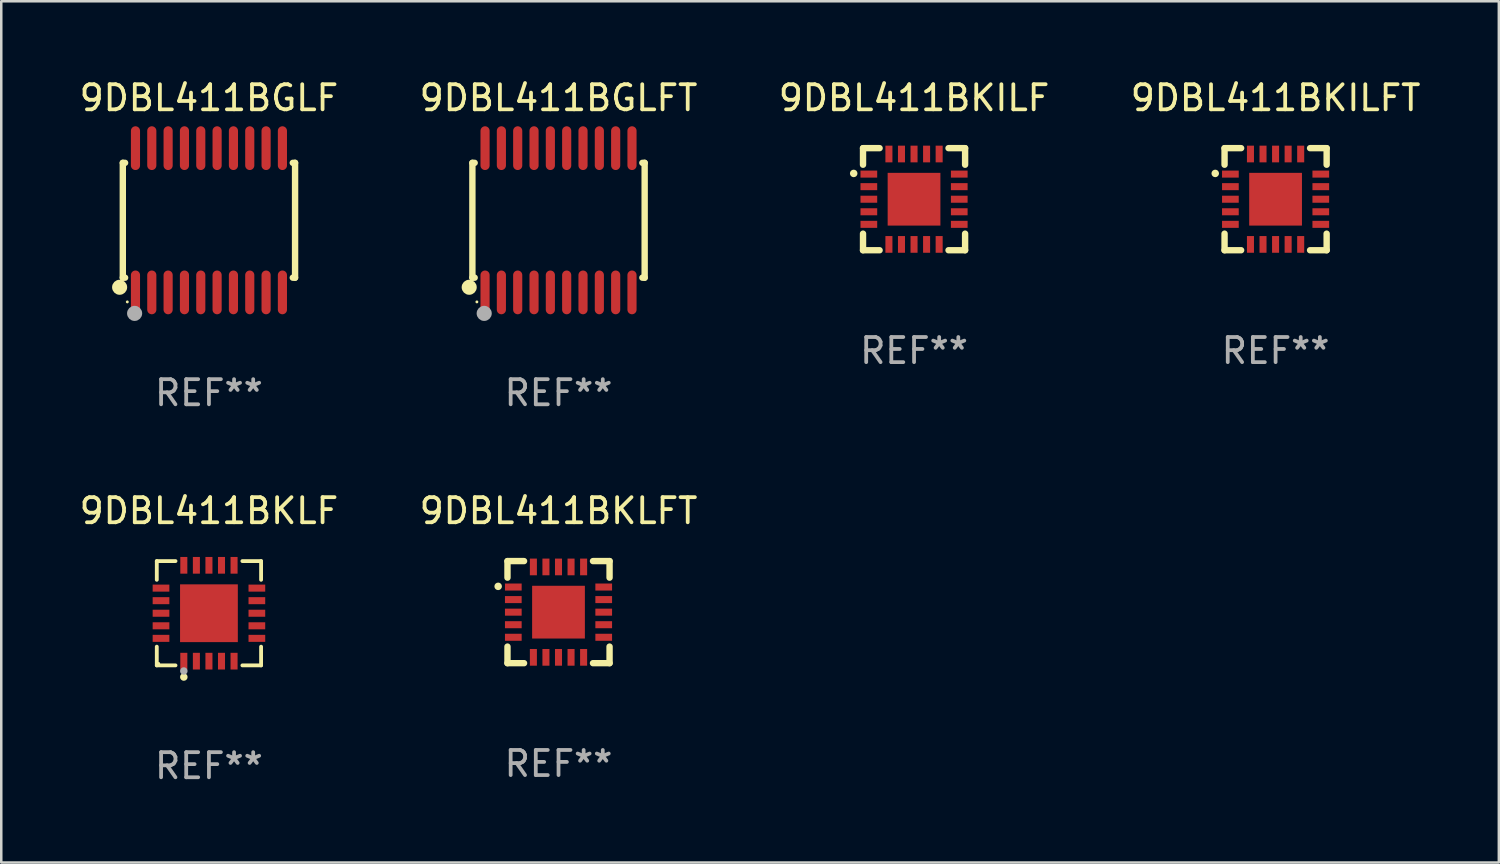
<source format=kicad_pcb>
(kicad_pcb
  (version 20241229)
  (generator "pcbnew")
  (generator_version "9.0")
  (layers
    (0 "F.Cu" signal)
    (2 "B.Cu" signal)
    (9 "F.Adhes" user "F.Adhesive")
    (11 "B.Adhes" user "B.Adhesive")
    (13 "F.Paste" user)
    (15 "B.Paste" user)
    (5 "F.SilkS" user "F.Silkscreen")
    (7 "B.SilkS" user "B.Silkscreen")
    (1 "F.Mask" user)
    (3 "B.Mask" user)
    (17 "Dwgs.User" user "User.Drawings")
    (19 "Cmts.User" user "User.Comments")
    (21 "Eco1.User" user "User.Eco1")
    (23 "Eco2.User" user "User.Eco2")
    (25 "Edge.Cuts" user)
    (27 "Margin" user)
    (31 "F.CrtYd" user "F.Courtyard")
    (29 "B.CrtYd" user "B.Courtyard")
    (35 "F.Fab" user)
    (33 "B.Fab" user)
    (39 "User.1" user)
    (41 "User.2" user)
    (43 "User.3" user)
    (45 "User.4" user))
  (footprint "9DBL411BKLFT"
    (layer "F.Cu")
    (at 19.185 21.319)
    (property "Reference" "9DBL411BKLFT" (at 0 -4.032 0) (layer "F.SilkS") (effects (font (size 1 1) (thickness 0.15))))
    (attr through_hole)
    (fp_line (start -2.032 -2.032) (end -1.372 -2.032) (stroke (width 0.254) (type solid)) (layer "F.SilkS"))
    (fp_line (start -2.032 -1.372) (end -2.032 -2.032) (stroke (width 0.254) (type solid)) (layer "F.SilkS"))
    (fp_line (start -2.032 2.032) (end -2.032 1.372) (stroke (width 0.254) (type solid)) (layer "F.SilkS"))
    (fp_line (start -1.372 2.032) (end -2.032 2.032) (stroke (width 0.254) (type solid)) (layer "F.SilkS"))
    (fp_line (start 1.372 -2.032) (end 2.032 -2.032) (stroke (width 0.254) (type solid)) (layer "F.SilkS"))
    (fp_line (start 2.032 -2.032) (end 2.032 -1.372) (stroke (width 0.254) (type solid)) (layer "F.SilkS"))
    (fp_line (start 2.032 1.372) (end 2.032 2.032) (stroke (width 0.254) (type solid)) (layer "F.SilkS"))
    (fp_line (start 2.032 2.032) (end 1.372 2.032) (stroke (width 0.254) (type solid)) (layer "F.SilkS"))
    (fp_circle (center -2.403 -1.026) (end -2.328 -1.026) (stroke (width 0.15) (type solid)) (fill no) (layer "F.SilkS"))
    (fp_text user "REF**" (at 0 6.032 0) (layer "F.Fab") (effects (font (size 1 1) (thickness 0.15))))
    (pad "1" smd rect (at -1.8 -0.999) (size 0.665 0.28) (layers "F.Cu" "F.Mask" "F.Paste"))
    (pad "2" smd rect (at -1.8 -0.499) (size 0.665 0.28) (layers "F.Cu" "F.Mask" "F.Paste"))
    (pad "3" smd rect (at -1.8 0.001) (size 0.665 0.28) (layers "F.Cu" "F.Mask" "F.Paste"))
    (pad "4" smd rect (at -1.8 0.501) (size 0.665 0.28) (layers "F.Cu" "F.Mask" "F.Paste"))
    (pad "5" smd rect (at -1.8 1.001) (size 0.665 0.28) (layers "F.Cu" "F.Mask" "F.Paste"))
    (pad "6" smd rect (at -1.001 1.8) (size 0.28 0.665) (layers "F.Cu" "F.Mask" "F.Paste"))
    (pad "7" smd rect (at -0.501 1.8) (size 0.28 0.665) (layers "F.Cu" "F.Mask" "F.Paste"))
    (pad "8" smd rect (at -0.001 1.8) (size 0.28 0.665) (layers "F.Cu" "F.Mask" "F.Paste"))
    (pad "9" smd rect (at 0.499 1.8) (size 0.28 0.665) (layers "F.Cu" "F.Mask" "F.Paste"))
    (pad "10" smd rect (at 0.999 1.8) (size 0.28 0.665) (layers "F.Cu" "F.Mask" "F.Paste"))
    (pad "11" smd rect (at 1.799 1.001) (size 0.665 0.28) (layers "F.Cu" "F.Mask" "F.Paste"))
    (pad "12" smd rect (at 1.799 0.501) (size 0.665 0.28) (layers "F.Cu" "F.Mask" "F.Paste"))
    (pad "13" smd rect (at 1.799 0.001) (size 0.665 0.28) (layers "F.Cu" "F.Mask" "F.Paste"))
    (pad "14" smd rect (at 1.799 -0.499) (size 0.665 0.28) (layers "F.Cu" "F.Mask" "F.Paste"))
    (pad "15" smd rect (at 1.799 -0.999) (size 0.665 0.28) (layers "F.Cu" "F.Mask" "F.Paste"))
    (pad "16" smd rect (at 0.999 -1.799) (size 0.28 0.665) (layers "F.Cu" "F.Mask" "F.Paste"))
    (pad "17" smd rect (at 0.499 -1.799) (size 0.28 0.665) (layers "F.Cu" "F.Mask" "F.Paste"))
    (pad "18" smd rect (at -0.001 -1.799) (size 0.28 0.665) (layers "F.Cu" "F.Mask" "F.Paste"))
    (pad "19" smd rect (at -0.501 -1.799) (size 0.28 0.665) (layers "F.Cu" "F.Mask" "F.Paste"))
    (pad "20" smd rect (at -1.001 -1.799) (size 0.28 0.665) (layers "F.Cu" "F.Mask" "F.Paste"))
    (pad "21" smd rect (at -0.001 0.001) (size 2.1 2.1) (layers "F.Cu" "F.Mask" "F.Paste")))
  (footprint "9DBL411BGLFT"
    (layer "F.Cu")
    (at 19.185 5.719)
    (property "Reference" "9DBL411BGLFT" (at 0 -4.871 0) (layer "F.SilkS") (effects (font (size 1 1) (thickness 0.15))))
    (attr through_hole)
    (fp_line (start -3.429 -2.286) (end -3.429 2.286) (stroke (width 0.254) (type solid)) (layer "F.SilkS"))
    (fp_line (start -3.429 2.286) (end -3.338 2.286) (stroke (width 0.254) (type solid)) (layer "F.SilkS"))
    (fp_line (start -3.338 -2.286) (end -3.429 -2.286) (stroke (width 0.254) (type solid)) (layer "F.SilkS"))
    (fp_line (start 3.338 -2.286) (end 3.429 -2.286) (stroke (width 0.254) (type solid)) (layer "F.SilkS"))
    (fp_line (start 3.429 -2.286) (end 3.429 2.286) (stroke (width 0.254) (type solid)) (layer "F.SilkS"))
    (fp_line (start 3.429 2.286) (end 3.338 2.286) (stroke (width 0.254) (type solid)) (layer "F.SilkS"))
    (fp_circle (center -3.556 2.667) (end -3.406 2.667) (stroke (width 0.3) (type solid)) (fill no) (layer "F.SilkS"))
    (fp_circle (center -3.25 3.25) (end -3.22 3.25) (stroke (width 0.06) (type solid)) (fill no) (layer "F.SilkS"))
    (fp_circle (center -2.959 3.707) (end -2.808 3.707) (stroke (width 0.3) (type solid)) (fill no) (layer "F.Fab"))
    (fp_text user "REF**" (at 0 6.871 0) (layer "F.Fab") (effects (font (size 1 1) (thickness 0.15))))
    (pad "1" smd oval (at -2.925 2.871) (size 0.364 1.742) (layers "F.Cu" "F.Mask" "F.Paste"))
    (pad "2" smd oval (at -2.275 2.871) (size 0.364 1.742) (layers "F.Cu" "F.Mask" "F.Paste"))
    (pad "3" smd oval (at -1.625 2.871) (size 0.364 1.742) (layers "F.Cu" "F.Mask" "F.Paste"))
    (pad "4" smd oval (at -0.975 2.871) (size 0.364 1.742) (layers "F.Cu" "F.Mask" "F.Paste"))
    (pad "5" smd oval (at -0.325 2.871) (size 0.364 1.742) (layers "F.Cu" "F.Mask" "F.Paste"))
    (pad "6" smd oval (at 0.325 2.871) (size 0.364 1.742) (layers "F.Cu" "F.Mask" "F.Paste"))
    (pad "7" smd oval (at 0.975 2.871) (size 0.364 1.742) (layers "F.Cu" "F.Mask" "F.Paste"))
    (pad "8" smd oval (at 1.625 2.871) (size 0.364 1.742) (layers "F.Cu" "F.Mask" "F.Paste"))
    (pad "9" smd oval (at 2.275 2.871) (size 0.364 1.742) (layers "F.Cu" "F.Mask" "F.Paste"))
    (pad "10" smd oval (at 2.925 2.871) (size 0.364 1.742) (layers "F.Cu" "F.Mask" "F.Paste"))
    (pad "11" smd oval (at 2.925 -2.871) (size 0.364 1.742) (layers "F.Cu" "F.Mask" "F.Paste"))
    (pad "12" smd oval (at 2.275 -2.871) (size 0.364 1.742) (layers "F.Cu" "F.Mask" "F.Paste"))
    (pad "13" smd oval (at 1.625 -2.871) (size 0.364 1.742) (layers "F.Cu" "F.Mask" "F.Paste"))
    (pad "14" smd oval (at 0.975 -2.871) (size 0.364 1.742) (layers "F.Cu" "F.Mask" "F.Paste"))
    (pad "15" smd oval (at 0.325 -2.871) (size 0.364 1.742) (layers "F.Cu" "F.Mask" "F.Paste"))
    (pad "16" smd oval (at -0.325 -2.871) (size 0.364 1.742) (layers "F.Cu" "F.Mask" "F.Paste"))
    (pad "17" smd oval (at -0.975 -2.871) (size 0.364 1.742) (layers "F.Cu" "F.Mask" "F.Paste"))
    (pad "18" smd oval (at -1.625 -2.871) (size 0.364 1.742) (layers "F.Cu" "F.Mask" "F.Paste"))
    (pad "19" smd oval (at -2.275 -2.871) (size 0.364 1.742) (layers "F.Cu" "F.Mask" "F.Paste"))
    (pad "20" smd oval (at -2.925 -2.871) (size 0.364 1.742) (layers "F.Cu" "F.Mask" "F.Paste")))
  (footprint "9DBL411BKILFT"
    (layer "F.Cu")
    (at 47.732 4.88)
    (property "Reference" "9DBL411BKILFT" (at 0 -4.032 0) (layer "F.SilkS") (effects (font (size 1 1) (thickness 0.15))))
    (attr through_hole)
    (fp_line (start -2.032 -2.032) (end -1.372 -2.032) (stroke (width 0.254) (type solid)) (layer "F.SilkS"))
    (fp_line (start -2.032 -1.372) (end -2.032 -2.032) (stroke (width 0.254) (type solid)) (layer "F.SilkS"))
    (fp_line (start -2.032 2.032) (end -2.032 1.372) (stroke (width 0.254) (type solid)) (layer "F.SilkS"))
    (fp_line (start -1.372 2.032) (end -2.032 2.032) (stroke (width 0.254) (type solid)) (layer "F.SilkS"))
    (fp_line (start 1.372 -2.032) (end 2.032 -2.032) (stroke (width 0.254) (type solid)) (layer "F.SilkS"))
    (fp_line (start 2.032 -2.032) (end 2.032 -1.372) (stroke (width 0.254) (type solid)) (layer "F.SilkS"))
    (fp_line (start 2.032 1.372) (end 2.032 2.032) (stroke (width 0.254) (type solid)) (layer "F.SilkS"))
    (fp_line (start 2.032 2.032) (end 1.372 2.032) (stroke (width 0.254) (type solid)) (layer "F.SilkS"))
    (fp_circle (center -2.403 -1.026) (end -2.328 -1.026) (stroke (width 0.15) (type solid)) (fill no) (layer "F.SilkS"))
    (fp_text user "REF**" (at 0 6.032 0) (layer "F.Fab") (effects (font (size 1 1) (thickness 0.15))))
    (pad "1" smd rect (at -1.8 -0.999) (size 0.665 0.28) (layers "F.Cu" "F.Mask" "F.Paste"))
    (pad "2" smd rect (at -1.8 -0.499) (size 0.665 0.28) (layers "F.Cu" "F.Mask" "F.Paste"))
    (pad "3" smd rect (at -1.8 0.001) (size 0.665 0.28) (layers "F.Cu" "F.Mask" "F.Paste"))
    (pad "4" smd rect (at -1.8 0.501) (size 0.665 0.28) (layers "F.Cu" "F.Mask" "F.Paste"))
    (pad "5" smd rect (at -1.8 1.001) (size 0.665 0.28) (layers "F.Cu" "F.Mask" "F.Paste"))
    (pad "6" smd rect (at -1.001 1.8) (size 0.28 0.665) (layers "F.Cu" "F.Mask" "F.Paste"))
    (pad "7" smd rect (at -0.501 1.8) (size 0.28 0.665) (layers "F.Cu" "F.Mask" "F.Paste"))
    (pad "8" smd rect (at -0.001 1.8) (size 0.28 0.665) (layers "F.Cu" "F.Mask" "F.Paste"))
    (pad "9" smd rect (at 0.499 1.8) (size 0.28 0.665) (layers "F.Cu" "F.Mask" "F.Paste"))
    (pad "10" smd rect (at 0.999 1.8) (size 0.28 0.665) (layers "F.Cu" "F.Mask" "F.Paste"))
    (pad "11" smd rect (at 1.799 1.001) (size 0.665 0.28) (layers "F.Cu" "F.Mask" "F.Paste"))
    (pad "12" smd rect (at 1.799 0.501) (size 0.665 0.28) (layers "F.Cu" "F.Mask" "F.Paste"))
    (pad "13" smd rect (at 1.799 0.001) (size 0.665 0.28) (layers "F.Cu" "F.Mask" "F.Paste"))
    (pad "14" smd rect (at 1.799 -0.499) (size 0.665 0.28) (layers "F.Cu" "F.Mask" "F.Paste"))
    (pad "15" smd rect (at 1.799 -0.999) (size 0.665 0.28) (layers "F.Cu" "F.Mask" "F.Paste"))
    (pad "16" smd rect (at 0.999 -1.799) (size 0.28 0.665) (layers "F.Cu" "F.Mask" "F.Paste"))
    (pad "17" smd rect (at 0.499 -1.799) (size 0.28 0.665) (layers "F.Cu" "F.Mask" "F.Paste"))
    (pad "18" smd rect (at -0.001 -1.799) (size 0.28 0.665) (layers "F.Cu" "F.Mask" "F.Paste"))
    (pad "19" smd rect (at -0.501 -1.799) (size 0.28 0.665) (layers "F.Cu" "F.Mask" "F.Paste"))
    (pad "20" smd rect (at -1.001 -1.799) (size 0.28 0.665) (layers "F.Cu" "F.Mask" "F.Paste"))
    (pad "21" smd rect (at -0.001 0.001) (size 2.1 2.1) (layers "F.Cu" "F.Mask" "F.Paste")))
  (footprint "9DBL411BKLF"
    (layer "F.Cu")
    (at 5.268 21.363)
    (property "Reference" "9DBL411BKLF" (at 0 -4.076 0) (layer "F.SilkS") (effects (font (size 1 1) (thickness 0.15))))
    (attr through_hole)
    (fp_line (start -2.076 -2.076) (end -1.331 -2.076) (stroke (width 0.152) (type solid)) (layer "F.SilkS"))
    (fp_line (start -2.076 -1.331) (end -2.076 -2.076) (stroke (width 0.152) (type solid)) (layer "F.SilkS"))
    (fp_line (start -2.076 1.331) (end -2.076 2.076) (stroke (width 0.152) (type solid)) (layer "F.SilkS"))
    (fp_line (start -2.076 2.076) (end -1.331 2.076) (stroke (width 0.152) (type solid)) (layer "F.SilkS"))
    (fp_line (start 2.076 -2.076) (end 1.331 -2.076) (stroke (width 0.152) (type solid)) (layer "F.SilkS"))
    (fp_line (start 2.076 -1.331) (end 2.076 -2.076) (stroke (width 0.152) (type solid)) (layer "F.SilkS"))
    (fp_line (start 2.076 1.331) (end 2.076 2.076) (stroke (width 0.152) (type solid)) (layer "F.SilkS"))
    (fp_line (start 2.076 2.076) (end 1.331 2.076) (stroke (width 0.152) (type solid)) (layer "F.SilkS"))
    (fp_circle (center -2 2) (end -1.97 2) (stroke (width 0.06) (type solid)) (fill no) (layer "F.SilkS"))
    (fp_circle (center -1 2.54) (end -0.925 2.54) (stroke (width 0.15) (type solid)) (fill no) (layer "F.SilkS"))
    (fp_circle (center -1 2.3) (end -0.925 2.3) (stroke (width 0.15) (type solid)) (fill no) (layer "F.Fab"))
    (fp_text user "REF**" (at 0 6.076 0) (layer "F.Fab") (effects (font (size 1 1) (thickness 0.15))))
    (pad "1" smd rect (at -1 1.908) (size 0.28 0.665) (layers "F.Cu" "F.Mask" "F.Paste"))
    (pad "2" smd rect (at -0.5 1.908) (size 0.28 0.665) (layers "F.Cu" "F.Mask" "F.Paste"))
    (pad "3" smd rect (at 0 1.908) (size 0.28 0.665) (layers "F.Cu" "F.Mask" "F.Paste"))
    (pad "4" smd rect (at 0.5 1.908) (size 0.28 0.665) (layers "F.Cu" "F.Mask" "F.Paste"))
    (pad "5" smd rect (at 1 1.908) (size 0.28 0.665) (layers "F.Cu" "F.Mask" "F.Paste"))
    (pad "6" smd rect (at 1.908 1) (size 0.665 0.28) (layers "F.Cu" "F.Mask" "F.Paste"))
    (pad "7" smd rect (at 1.908 0.5) (size 0.665 0.28) (layers "F.Cu" "F.Mask" "F.Paste"))
    (pad "8" smd rect (at 1.908 0) (size 0.665 0.28) (layers "F.Cu" "F.Mask" "F.Paste"))
    (pad "9" smd rect (at 1.908 -0.5) (size 0.665 0.28) (layers "F.Cu" "F.Mask" "F.Paste"))
    (pad "10" smd rect (at 1.908 -1) (size 0.665 0.28) (layers "F.Cu" "F.Mask" "F.Paste"))
    (pad "11" smd rect (at 1 -1.908) (size 0.28 0.665) (layers "F.Cu" "F.Mask" "F.Paste"))
    (pad "12" smd rect (at 0.5 -1.908) (size 0.28 0.665) (layers "F.Cu" "F.Mask" "F.Paste"))
    (pad "13" smd rect (at 0 -1.908) (size 0.28 0.665) (layers "F.Cu" "F.Mask" "F.Paste"))
    (pad "14" smd rect (at -0.5 -1.908) (size 0.28 0.665) (layers "F.Cu" "F.Mask" "F.Paste"))
    (pad "15" smd rect (at -1 -1.908) (size 0.28 0.665) (layers "F.Cu" "F.Mask" "F.Paste"))
    (pad "16" smd rect (at -1.908 -1) (size 0.665 0.28) (layers "F.Cu" "F.Mask" "F.Paste"))
    (pad "17" smd rect (at -1.908 -0.5) (size 0.665 0.28) (layers "F.Cu" "F.Mask" "F.Paste"))
    (pad "18" smd rect (at -1.908 0) (size 0.665 0.28) (layers "F.Cu" "F.Mask" "F.Paste"))
    (pad "19" smd rect (at -1.908 0.5) (size 0.665 0.28) (layers "F.Cu" "F.Mask" "F.Paste"))
    (pad "20" smd rect (at -1.908 1) (size 0.665 0.28) (layers "F.Cu" "F.Mask" "F.Paste"))
    (pad "21" smd rect (at 0 0) (size 2.3 2.3) (layers "F.Cu" "F.Mask" "F.Paste")))
  (footprint "9DBL411BKILF"
    (layer "F.Cu")
    (at 33.339 4.88)
    (property "Reference" "9DBL411BKILF" (at 0 -4.032 0) (layer "F.SilkS") (effects (font (size 1 1) (thickness 0.15))))
    (attr through_hole)
    (fp_line (start -2.032 -2.032) (end -1.372 -2.032) (stroke (width 0.254) (type solid)) (layer "F.SilkS"))
    (fp_line (start -2.032 -1.372) (end -2.032 -2.032) (stroke (width 0.254) (type solid)) (layer "F.SilkS"))
    (fp_line (start -2.032 2.032) (end -2.032 1.372) (stroke (width 0.254) (type solid)) (layer "F.SilkS"))
    (fp_line (start -1.372 2.032) (end -2.032 2.032) (stroke (width 0.254) (type solid)) (layer "F.SilkS"))
    (fp_line (start 1.372 -2.032) (end 2.032 -2.032) (stroke (width 0.254) (type solid)) (layer "F.SilkS"))
    (fp_line (start 2.032 -2.032) (end 2.032 -1.372) (stroke (width 0.254) (type solid)) (layer "F.SilkS"))
    (fp_line (start 2.032 1.372) (end 2.032 2.032) (stroke (width 0.254) (type solid)) (layer "F.SilkS"))
    (fp_line (start 2.032 2.032) (end 1.372 2.032) (stroke (width 0.254) (type solid)) (layer "F.SilkS"))
    (fp_circle (center -2.403 -1.026) (end -2.328 -1.026) (stroke (width 0.15) (type solid)) (fill no) (layer "F.SilkS"))
    (fp_text user "REF**" (at 0 6.032 0) (layer "F.Fab") (effects (font (size 1 1) (thickness 0.15))))
    (pad "1" smd rect (at -1.8 -0.999) (size 0.665 0.28) (layers "F.Cu" "F.Mask" "F.Paste"))
    (pad "2" smd rect (at -1.8 -0.499) (size 0.665 0.28) (layers "F.Cu" "F.Mask" "F.Paste"))
    (pad "3" smd rect (at -1.8 0.001) (size 0.665 0.28) (layers "F.Cu" "F.Mask" "F.Paste"))
    (pad "4" smd rect (at -1.8 0.501) (size 0.665 0.28) (layers "F.Cu" "F.Mask" "F.Paste"))
    (pad "5" smd rect (at -1.8 1.001) (size 0.665 0.28) (layers "F.Cu" "F.Mask" "F.Paste"))
    (pad "6" smd rect (at -1.001 1.8) (size 0.28 0.665) (layers "F.Cu" "F.Mask" "F.Paste"))
    (pad "7" smd rect (at -0.501 1.8) (size 0.28 0.665) (layers "F.Cu" "F.Mask" "F.Paste"))
    (pad "8" smd rect (at -0.001 1.8) (size 0.28 0.665) (layers "F.Cu" "F.Mask" "F.Paste"))
    (pad "9" smd rect (at 0.499 1.8) (size 0.28 0.665) (layers "F.Cu" "F.Mask" "F.Paste"))
    (pad "10" smd rect (at 0.999 1.8) (size 0.28 0.665) (layers "F.Cu" "F.Mask" "F.Paste"))
    (pad "11" smd rect (at 1.799 1.001) (size 0.665 0.28) (layers "F.Cu" "F.Mask" "F.Paste"))
    (pad "12" smd rect (at 1.799 0.501) (size 0.665 0.28) (layers "F.Cu" "F.Mask" "F.Paste"))
    (pad "13" smd rect (at 1.799 0.001) (size 0.665 0.28) (layers "F.Cu" "F.Mask" "F.Paste"))
    (pad "14" smd rect (at 1.799 -0.499) (size 0.665 0.28) (layers "F.Cu" "F.Mask" "F.Paste"))
    (pad "15" smd rect (at 1.799 -0.999) (size 0.665 0.28) (layers "F.Cu" "F.Mask" "F.Paste"))
    (pad "16" smd rect (at 0.999 -1.799) (size 0.28 0.665) (layers "F.Cu" "F.Mask" "F.Paste"))
    (pad "17" smd rect (at 0.499 -1.799) (size 0.28 0.665) (layers "F.Cu" "F.Mask" "F.Paste"))
    (pad "18" smd rect (at -0.001 -1.799) (size 0.28 0.665) (layers "F.Cu" "F.Mask" "F.Paste"))
    (pad "19" smd rect (at -0.501 -1.799) (size 0.28 0.665) (layers "F.Cu" "F.Mask" "F.Paste"))
    (pad "20" smd rect (at -1.001 -1.799) (size 0.28 0.665) (layers "F.Cu" "F.Mask" "F.Paste"))
    (pad "21" smd rect (at -0.001 0.001) (size 2.1 2.1) (layers "F.Cu" "F.Mask" "F.Paste")))
  (footprint "9DBL411BGLF"
    (layer "F.Cu")
    (at 5.268 5.719)
    (property "Reference" "9DBL411BGLF" (at 0 -4.871 0) (layer "F.SilkS") (effects (font (size 1 1) (thickness 0.15))))
    (attr through_hole)
    (fp_line (start -3.429 -2.286) (end -3.429 2.286) (stroke (width 0.254) (type solid)) (layer "F.SilkS"))
    (fp_line (start -3.429 2.286) (end -3.338 2.286) (stroke (width 0.254) (type solid)) (layer "F.SilkS"))
    (fp_line (start -3.338 -2.286) (end -3.429 -2.286) (stroke (width 0.254) (type solid)) (layer "F.SilkS"))
    (fp_line (start 3.338 -2.286) (end 3.429 -2.286) (stroke (width 0.254) (type solid)) (layer "F.SilkS"))
    (fp_line (start 3.429 -2.286) (end 3.429 2.286) (stroke (width 0.254) (type solid)) (layer "F.SilkS"))
    (fp_line (start 3.429 2.286) (end 3.338 2.286) (stroke (width 0.254) (type solid)) (layer "F.SilkS"))
    (fp_circle (center -3.556 2.667) (end -3.406 2.667) (stroke (width 0.3) (type solid)) (fill no) (layer "F.SilkS"))
    (fp_circle (center -3.25 3.25) (end -3.22 3.25) (stroke (width 0.06) (type solid)) (fill no) (layer "F.SilkS"))
    (fp_circle (center -2.959 3.707) (end -2.808 3.707) (stroke (width 0.3) (type solid)) (fill no) (layer "F.Fab"))
    (fp_text user "REF**" (at 0 6.871 0) (layer "F.Fab") (effects (font (size 1 1) (thickness 0.15))))
    (pad "1" smd oval (at -2.925 2.871) (size 0.364 1.742) (layers "F.Cu" "F.Mask" "F.Paste"))
    (pad "2" smd oval (at -2.275 2.871) (size 0.364 1.742) (layers "F.Cu" "F.Mask" "F.Paste"))
    (pad "3" smd oval (at -1.625 2.871) (size 0.364 1.742) (layers "F.Cu" "F.Mask" "F.Paste"))
    (pad "4" smd oval (at -0.975 2.871) (size 0.364 1.742) (layers "F.Cu" "F.Mask" "F.Paste"))
    (pad "5" smd oval (at -0.325 2.871) (size 0.364 1.742) (layers "F.Cu" "F.Mask" "F.Paste"))
    (pad "6" smd oval (at 0.325 2.871) (size 0.364 1.742) (layers "F.Cu" "F.Mask" "F.Paste"))
    (pad "7" smd oval (at 0.975 2.871) (size 0.364 1.742) (layers "F.Cu" "F.Mask" "F.Paste"))
    (pad "8" smd oval (at 1.625 2.871) (size 0.364 1.742) (layers "F.Cu" "F.Mask" "F.Paste"))
    (pad "9" smd oval (at 2.275 2.871) (size 0.364 1.742) (layers "F.Cu" "F.Mask" "F.Paste"))
    (pad "10" smd oval (at 2.925 2.871) (size 0.364 1.742) (layers "F.Cu" "F.Mask" "F.Paste"))
    (pad "11" smd oval (at 2.925 -2.871) (size 0.364 1.742) (layers "F.Cu" "F.Mask" "F.Paste"))
    (pad "12" smd oval (at 2.275 -2.871) (size 0.364 1.742) (layers "F.Cu" "F.Mask" "F.Paste"))
    (pad "13" smd oval (at 1.625 -2.871) (size 0.364 1.742) (layers "F.Cu" "F.Mask" "F.Paste"))
    (pad "14" smd oval (at 0.975 -2.871) (size 0.364 1.742) (layers "F.Cu" "F.Mask" "F.Paste"))
    (pad "15" smd oval (at 0.325 -2.871) (size 0.364 1.742) (layers "F.Cu" "F.Mask" "F.Paste"))
    (pad "16" smd oval (at -0.325 -2.871) (size 0.364 1.742) (layers "F.Cu" "F.Mask" "F.Paste"))
    (pad "17" smd oval (at -0.975 -2.871) (size 0.364 1.742) (layers "F.Cu" "F.Mask" "F.Paste"))
    (pad "18" smd oval (at -1.625 -2.871) (size 0.364 1.742) (layers "F.Cu" "F.Mask" "F.Paste"))
    (pad "19" smd oval (at -2.275 -2.871) (size 0.364 1.742) (layers "F.Cu" "F.Mask" "F.Paste"))
    (pad "20" smd oval (at -2.925 -2.871) (size 0.364 1.742) (layers "F.Cu" "F.Mask" "F.Paste")))
  (gr_rect
    (start -3 -3)
    (end 56.619 31.287)
    (stroke (width 0.1) (type default))
    (fill no)
    (layer "Edge.Cuts")))
</source>
